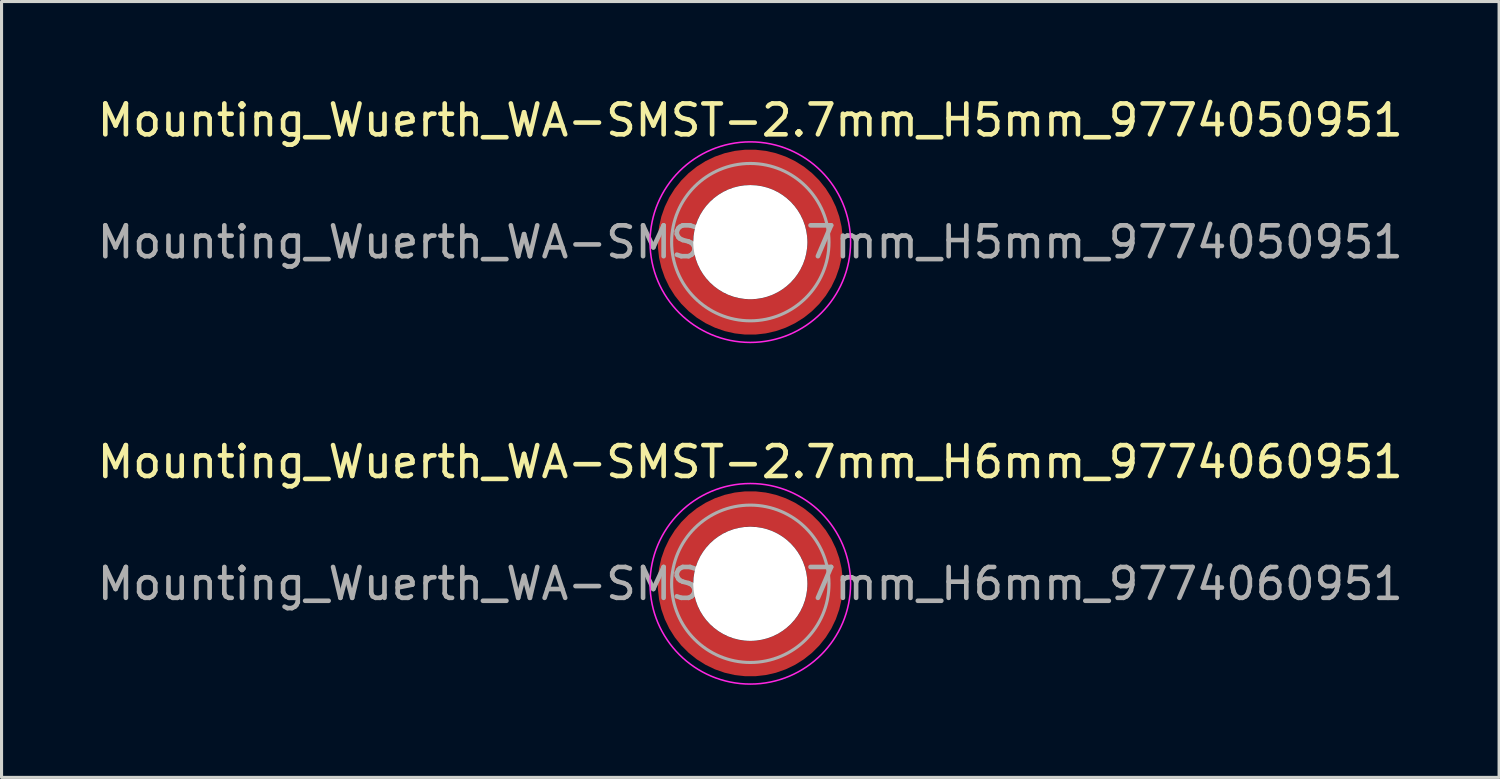
<source format=kicad_pcb>
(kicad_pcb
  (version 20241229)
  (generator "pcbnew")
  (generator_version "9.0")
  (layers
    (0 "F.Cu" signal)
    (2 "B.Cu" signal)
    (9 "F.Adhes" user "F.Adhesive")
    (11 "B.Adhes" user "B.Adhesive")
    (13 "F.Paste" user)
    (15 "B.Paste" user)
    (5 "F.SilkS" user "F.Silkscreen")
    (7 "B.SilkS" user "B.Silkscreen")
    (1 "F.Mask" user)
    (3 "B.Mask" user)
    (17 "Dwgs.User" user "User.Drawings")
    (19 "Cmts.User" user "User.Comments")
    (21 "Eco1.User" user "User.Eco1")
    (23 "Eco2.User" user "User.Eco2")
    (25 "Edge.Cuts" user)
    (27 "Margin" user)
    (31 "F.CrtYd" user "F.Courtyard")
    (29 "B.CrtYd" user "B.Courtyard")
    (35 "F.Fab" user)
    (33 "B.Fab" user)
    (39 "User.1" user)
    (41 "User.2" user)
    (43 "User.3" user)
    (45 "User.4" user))
  (footprint "Mounting_Wuerth_WA-SMST-2.7mm_H5mm_9774050951"
    (layer "F.Cu")
    (at 21.268 4.798)
    (property "Reference" "Mounting_Wuerth_WA-SMST-2.7mm_H5mm_9774050951" (at 0 -3.95 0) (layer "F.SilkS") (effects (font (size 1 1) (thickness 0.15))))
    (attr smd)
    (fp_circle (center 0 0) (end 3.25 0) (stroke (width 0.05) (type solid)) (fill no) (layer "F.CrtYd"))
    (fp_circle (center 0 0) (end 2.55 0) (stroke (width 0.1) (type solid)) (fill no) (layer "F.Fab"))
    (fp_text user "${REFERENCE}" (at 0 0 0) (layer "F.Fab") (effects (font (size 1 1) (thickness 0.15))))
    (pad "" smd custom (at -1.704 -1.704) (size 0.62 0.62) (layers "F.Paste") (options (anchor circle)) (primitives (gr_arc (start -0.250195 1.279127) (mid 0.289914 0.289914) (end 1.279127 -0.250195) (width 0.2)) (gr_arc (start -0.34334 1.279127) (mid 0.225488 0.225488) (end 1.279127 -0.34334) (width 0.2)) (gr_arc (start -0.436309 1.279127) (mid 0.161063 0.161063) (end 1.279127 -0.436309) (width 0.2)) (gr_arc (start -0.529126 1.279127) (mid 0.096638 0.096638) (end 1.279127 -0.529126) (width 0.2)) (gr_arc (start -0.621807 1.279127) (mid 0.032213 0.032213) (end 1.279127 -0.621807) (width 0.2)) (gr_arc (start -0.71437 1.279127) (mid -0.032213 -0.032213) (end 1.279127 -0.71437) (width 0.2)) (gr_arc (start -0.806826 1.279127) (mid -0.096638 -0.096638) (end 1.279127 -0.806826) (width 0.2)) (gr_arc (start -0.899187 1.279127) (mid -0.161063 -0.161063) (end 1.279127 -0.899187) (width 0.2)) (gr_arc (start -0.991463 1.279127) (mid -0.225488 -0.225488) (end 1.279127 -0.991463) (width 0.2)) (gr_arc (start -1.083663 1.279127) (mid -0.289914 -0.289914) (end 1.279127 -1.083663) (width 0.2)) (gr_line (start 1.279 -0.25) (end 1.279 -1.084) (width 0.2)) (gr_line (start -0.25 1.279) (end -1.084 1.279) (width 0.2))))
    (pad "" smd custom (at -1.704 1.704) (size 0.62 0.62) (layers "F.Paste") (options (anchor circle)) (primitives (gr_arc (start 1.279127 0.250195) (mid 0.289914 -0.289914) (end -0.250195 -1.279127) (width 0.2)) (gr_arc (start 1.279127 0.34334) (mid 0.225488 -0.225488) (end -0.34334 -1.279127) (width 0.2)) (gr_arc (start 1.279127 0.436309) (mid 0.161063 -0.161063) (end -0.436309 -1.279127) (width 0.2)) (gr_arc (start 1.279127 0.529126) (mid 0.096638 -0.096638) (end -0.529126 -1.279127) (width 0.2)) (gr_arc (start 1.279127 0.621807) (mid 0.032213 -0.032213) (end -0.621807 -1.279127) (width 0.2)) (gr_arc (start 1.279127 0.71437) (mid -0.032213 0.032213) (end -0.71437 -1.279127) (width 0.2)) (gr_arc (start 1.279127 0.806826) (mid -0.096638 0.096638) (end -0.806826 -1.279127) (width 0.2)) (gr_arc (start 1.279127 0.899187) (mid -0.161063 0.161063) (end -0.899187 -1.279127) (width 0.2)) (gr_arc (start 1.279127 0.991463) (mid -0.225488 0.225488) (end -0.991463 -1.279127) (width 0.2)) (gr_arc (start 1.279127 1.083663) (mid -0.289914 0.289914) (end -1.083663 -1.279127) (width 0.2)) (gr_line (start -0.25 -1.279) (end -1.084 -1.279) (width 0.2)) (gr_line (start 1.279 0.25) (end 1.279 1.084) (width 0.2))))
    (pad "" np_thru_hole circle (at 0 0) (size 3.7 3.7) (drill 3.7) (layers "*.Cu" "*.Mask"))
    (pad "" smd custom (at 1.704 -1.704) (size 0.62 0.62) (layers "F.Paste") (options (anchor circle)) (primitives (gr_arc (start -1.279127 -0.250195) (mid -0.289914 0.289914) (end 0.250195 1.279127) (width 0.2)) (gr_arc (start -1.279127 -0.34334) (mid -0.225488 0.225488) (end 0.34334 1.279127) (width 0.2)) (gr_arc (start -1.279127 -0.436309) (mid -0.161063 0.161063) (end 0.436309 1.279127) (width 0.2)) (gr_arc (start -1.279127 -0.529126) (mid -0.096638 0.096638) (end 0.529126 1.279127) (width 0.2)) (gr_arc (start -1.279127 -0.621807) (mid -0.032213 0.032213) (end 0.621807 1.279127) (width 0.2)) (gr_arc (start -1.279127 -0.71437) (mid 0.032213 -0.032213) (end 0.71437 1.279127) (width 0.2)) (gr_arc (start -1.279127 -0.806826) (mid 0.096638 -0.096638) (end 0.806826 1.279127) (width 0.2)) (gr_arc (start -1.279127 -0.899187) (mid 0.161063 -0.161063) (end 0.899187 1.279127) (width 0.2)) (gr_arc (start -1.279127 -0.991463) (mid 0.225488 -0.225488) (end 0.991463 1.279127) (width 0.2)) (gr_arc (start -1.279127 -1.083663) (mid 0.289914 -0.289914) (end 1.083663 1.279127) (width 0.2)) (gr_line (start 0.25 1.279) (end 1.084 1.279) (width 0.2)) (gr_line (start -1.279 -0.25) (end -1.279 -1.084) (width 0.2))))
    (pad "" smd custom (at 1.704 1.704) (size 0.62 0.62) (layers "F.Paste") (options (anchor circle)) (primitives (gr_arc (start 0.250195 -1.279127) (mid -0.289914 -0.289914) (end -1.279127 0.250195) (width 0.2)) (gr_arc (start 0.34334 -1.279127) (mid -0.225488 -0.225488) (end -1.279127 0.34334) (width 0.2)) (gr_arc (start 0.436309 -1.279127) (mid -0.161063 -0.161063) (end -1.279127 0.436309) (width 0.2)) (gr_arc (start 0.529126 -1.279127) (mid -0.096638 -0.096638) (end -1.279127 0.529126) (width 0.2)) (gr_arc (start 0.621807 -1.279127) (mid -0.032213 -0.032213) (end -1.279127 0.621807) (width 0.2)) (gr_arc (start 0.71437 -1.279127) (mid 0.032213 0.032213) (end -1.279127 0.71437) (width 0.2)) (gr_arc (start 0.806826 -1.279127) (mid 0.096638 0.096638) (end -1.279127 0.806826) (width 0.2)) (gr_arc (start 0.899187 -1.279127) (mid 0.161063 0.161063) (end -1.279127 0.899187) (width 0.2)) (gr_arc (start 0.991463 -1.279127) (mid 0.225488 0.225488) (end -1.279127 0.991463) (width 0.2)) (gr_arc (start 1.083663 -1.279127) (mid 0.289914 0.289914) (end -1.279127 1.083663) (width 0.2)) (gr_line (start -1.279 0.25) (end -1.279 1.084) (width 0.2)) (gr_line (start 0.25 -1.279) (end 1.084 -1.279) (width 0.2))))
    (pad "1" smd circle (at -2.425 0) (size 0.75 0.75) (layers "F.Cu"))
    (pad "1" smd circle (at 0 -2.425) (size 0.75 0.75) (layers "F.Cu"))
    (pad "1" smd circle (at 0 2.425) (size 0.75 0.75) (layers "F.Cu"))
    (pad "1" smd custom (at 2.425 0) (size 0.75 0.75) (layers "F.Cu" "F.Mask") (options (anchor circle)) (primitives (gr_circle (center -2.425 0) (end 0 0) (width 1.15) (fill no)))))
  (footprint "Mounting_Wuerth_WA-SMST-2.7mm_H6mm_9774060951"
    (layer "F.Cu")
    (at 21.268 15.871)
    (property "Reference" "Mounting_Wuerth_WA-SMST-2.7mm_H6mm_9774060951" (at 0 -3.95 0) (layer "F.SilkS") (effects (font (size 1 1) (thickness 0.15))))
    (attr smd)
    (fp_circle (center 0 0) (end 3.25 0) (stroke (width 0.05) (type solid)) (fill no) (layer "F.CrtYd"))
    (fp_circle (center 0 0) (end 2.55 0) (stroke (width 0.1) (type solid)) (fill no) (layer "F.Fab"))
    (fp_text user "${REFERENCE}" (at 0 0 0) (layer "F.Fab") (effects (font (size 1 1) (thickness 0.15))))
    (pad "" smd custom (at -1.704 -1.704) (size 0.62 0.62) (layers "F.Paste") (options (anchor circle)) (primitives (gr_arc (start -0.250195 1.279127) (mid 0.289914 0.289914) (end 1.279127 -0.250195) (width 0.2)) (gr_arc (start -0.34334 1.279127) (mid 0.225488 0.225488) (end 1.279127 -0.34334) (width 0.2)) (gr_arc (start -0.436309 1.279127) (mid 0.161063 0.161063) (end 1.279127 -0.436309) (width 0.2)) (gr_arc (start -0.529126 1.279127) (mid 0.096638 0.096638) (end 1.279127 -0.529126) (width 0.2)) (gr_arc (start -0.621807 1.279127) (mid 0.032213 0.032213) (end 1.279127 -0.621807) (width 0.2)) (gr_arc (start -0.71437 1.279127) (mid -0.032213 -0.032213) (end 1.279127 -0.71437) (width 0.2)) (gr_arc (start -0.806826 1.279127) (mid -0.096638 -0.096638) (end 1.279127 -0.806826) (width 0.2)) (gr_arc (start -0.899187 1.279127) (mid -0.161063 -0.161063) (end 1.279127 -0.899187) (width 0.2)) (gr_arc (start -0.991463 1.279127) (mid -0.225488 -0.225488) (end 1.279127 -0.991463) (width 0.2)) (gr_arc (start -1.083663 1.279127) (mid -0.289914 -0.289914) (end 1.279127 -1.083663) (width 0.2)) (gr_line (start 1.279 -0.25) (end 1.279 -1.084) (width 0.2)) (gr_line (start -0.25 1.279) (end -1.084 1.279) (width 0.2))))
    (pad "" smd custom (at -1.704 1.704) (size 0.62 0.62) (layers "F.Paste") (options (anchor circle)) (primitives (gr_arc (start 1.279127 0.250195) (mid 0.289914 -0.289914) (end -0.250195 -1.279127) (width 0.2)) (gr_arc (start 1.279127 0.34334) (mid 0.225488 -0.225488) (end -0.34334 -1.279127) (width 0.2)) (gr_arc (start 1.279127 0.436309) (mid 0.161063 -0.161063) (end -0.436309 -1.279127) (width 0.2)) (gr_arc (start 1.279127 0.529126) (mid 0.096638 -0.096638) (end -0.529126 -1.279127) (width 0.2)) (gr_arc (start 1.279127 0.621807) (mid 0.032213 -0.032213) (end -0.621807 -1.279127) (width 0.2)) (gr_arc (start 1.279127 0.71437) (mid -0.032213 0.032213) (end -0.71437 -1.279127) (width 0.2)) (gr_arc (start 1.279127 0.806826) (mid -0.096638 0.096638) (end -0.806826 -1.279127) (width 0.2)) (gr_arc (start 1.279127 0.899187) (mid -0.161063 0.161063) (end -0.899187 -1.279127) (width 0.2)) (gr_arc (start 1.279127 0.991463) (mid -0.225488 0.225488) (end -0.991463 -1.279127) (width 0.2)) (gr_arc (start 1.279127 1.083663) (mid -0.289914 0.289914) (end -1.083663 -1.279127) (width 0.2)) (gr_line (start -0.25 -1.279) (end -1.084 -1.279) (width 0.2)) (gr_line (start 1.279 0.25) (end 1.279 1.084) (width 0.2))))
    (pad "" np_thru_hole circle (at 0 0) (size 3.7 3.7) (drill 3.7) (layers "*.Cu" "*.Mask"))
    (pad "" smd custom (at 1.704 -1.704) (size 0.62 0.62) (layers "F.Paste") (options (anchor circle)) (primitives (gr_arc (start -1.279127 -0.250195) (mid -0.289914 0.289914) (end 0.250195 1.279127) (width 0.2)) (gr_arc (start -1.279127 -0.34334) (mid -0.225488 0.225488) (end 0.34334 1.279127) (width 0.2)) (gr_arc (start -1.279127 -0.436309) (mid -0.161063 0.161063) (end 0.436309 1.279127) (width 0.2)) (gr_arc (start -1.279127 -0.529126) (mid -0.096638 0.096638) (end 0.529126 1.279127) (width 0.2)) (gr_arc (start -1.279127 -0.621807) (mid -0.032213 0.032213) (end 0.621807 1.279127) (width 0.2)) (gr_arc (start -1.279127 -0.71437) (mid 0.032213 -0.032213) (end 0.71437 1.279127) (width 0.2)) (gr_arc (start -1.279127 -0.806826) (mid 0.096638 -0.096638) (end 0.806826 1.279127) (width 0.2)) (gr_arc (start -1.279127 -0.899187) (mid 0.161063 -0.161063) (end 0.899187 1.279127) (width 0.2)) (gr_arc (start -1.279127 -0.991463) (mid 0.225488 -0.225488) (end 0.991463 1.279127) (width 0.2)) (gr_arc (start -1.279127 -1.083663) (mid 0.289914 -0.289914) (end 1.083663 1.279127) (width 0.2)) (gr_line (start 0.25 1.279) (end 1.084 1.279) (width 0.2)) (gr_line (start -1.279 -0.25) (end -1.279 -1.084) (width 0.2))))
    (pad "" smd custom (at 1.704 1.704) (size 0.62 0.62) (layers "F.Paste") (options (anchor circle)) (primitives (gr_arc (start 0.250195 -1.279127) (mid -0.289914 -0.289914) (end -1.279127 0.250195) (width 0.2)) (gr_arc (start 0.34334 -1.279127) (mid -0.225488 -0.225488) (end -1.279127 0.34334) (width 0.2)) (gr_arc (start 0.436309 -1.279127) (mid -0.161063 -0.161063) (end -1.279127 0.436309) (width 0.2)) (gr_arc (start 0.529126 -1.279127) (mid -0.096638 -0.096638) (end -1.279127 0.529126) (width 0.2)) (gr_arc (start 0.621807 -1.279127) (mid -0.032213 -0.032213) (end -1.279127 0.621807) (width 0.2)) (gr_arc (start 0.71437 -1.279127) (mid 0.032213 0.032213) (end -1.279127 0.71437) (width 0.2)) (gr_arc (start 0.806826 -1.279127) (mid 0.096638 0.096638) (end -1.279127 0.806826) (width 0.2)) (gr_arc (start 0.899187 -1.279127) (mid 0.161063 0.161063) (end -1.279127 0.899187) (width 0.2)) (gr_arc (start 0.991463 -1.279127) (mid 0.225488 0.225488) (end -1.279127 0.991463) (width 0.2)) (gr_arc (start 1.083663 -1.279127) (mid 0.289914 0.289914) (end -1.279127 1.083663) (width 0.2)) (gr_line (start -1.279 0.25) (end -1.279 1.084) (width 0.2)) (gr_line (start 0.25 -1.279) (end 1.084 -1.279) (width 0.2))))
    (pad "1" smd circle (at -2.425 0) (size 0.75 0.75) (layers "F.Cu"))
    (pad "1" smd circle (at 0 -2.425) (size 0.75 0.75) (layers "F.Cu"))
    (pad "1" smd circle (at 0 2.425) (size 0.75 0.75) (layers "F.Cu"))
    (pad "1" smd custom (at 2.425 0) (size 0.75 0.75) (layers "F.Cu" "F.Mask") (options (anchor circle)) (primitives (gr_circle (center -2.425 0) (end 0 0) (width 1.15) (fill no)))))
  (gr_rect
    (start -3 -3)
    (end 45.536 22.146)
    (stroke (width 0.1) (type default))
    (fill no)
    (layer "Edge.Cuts")))
</source>
